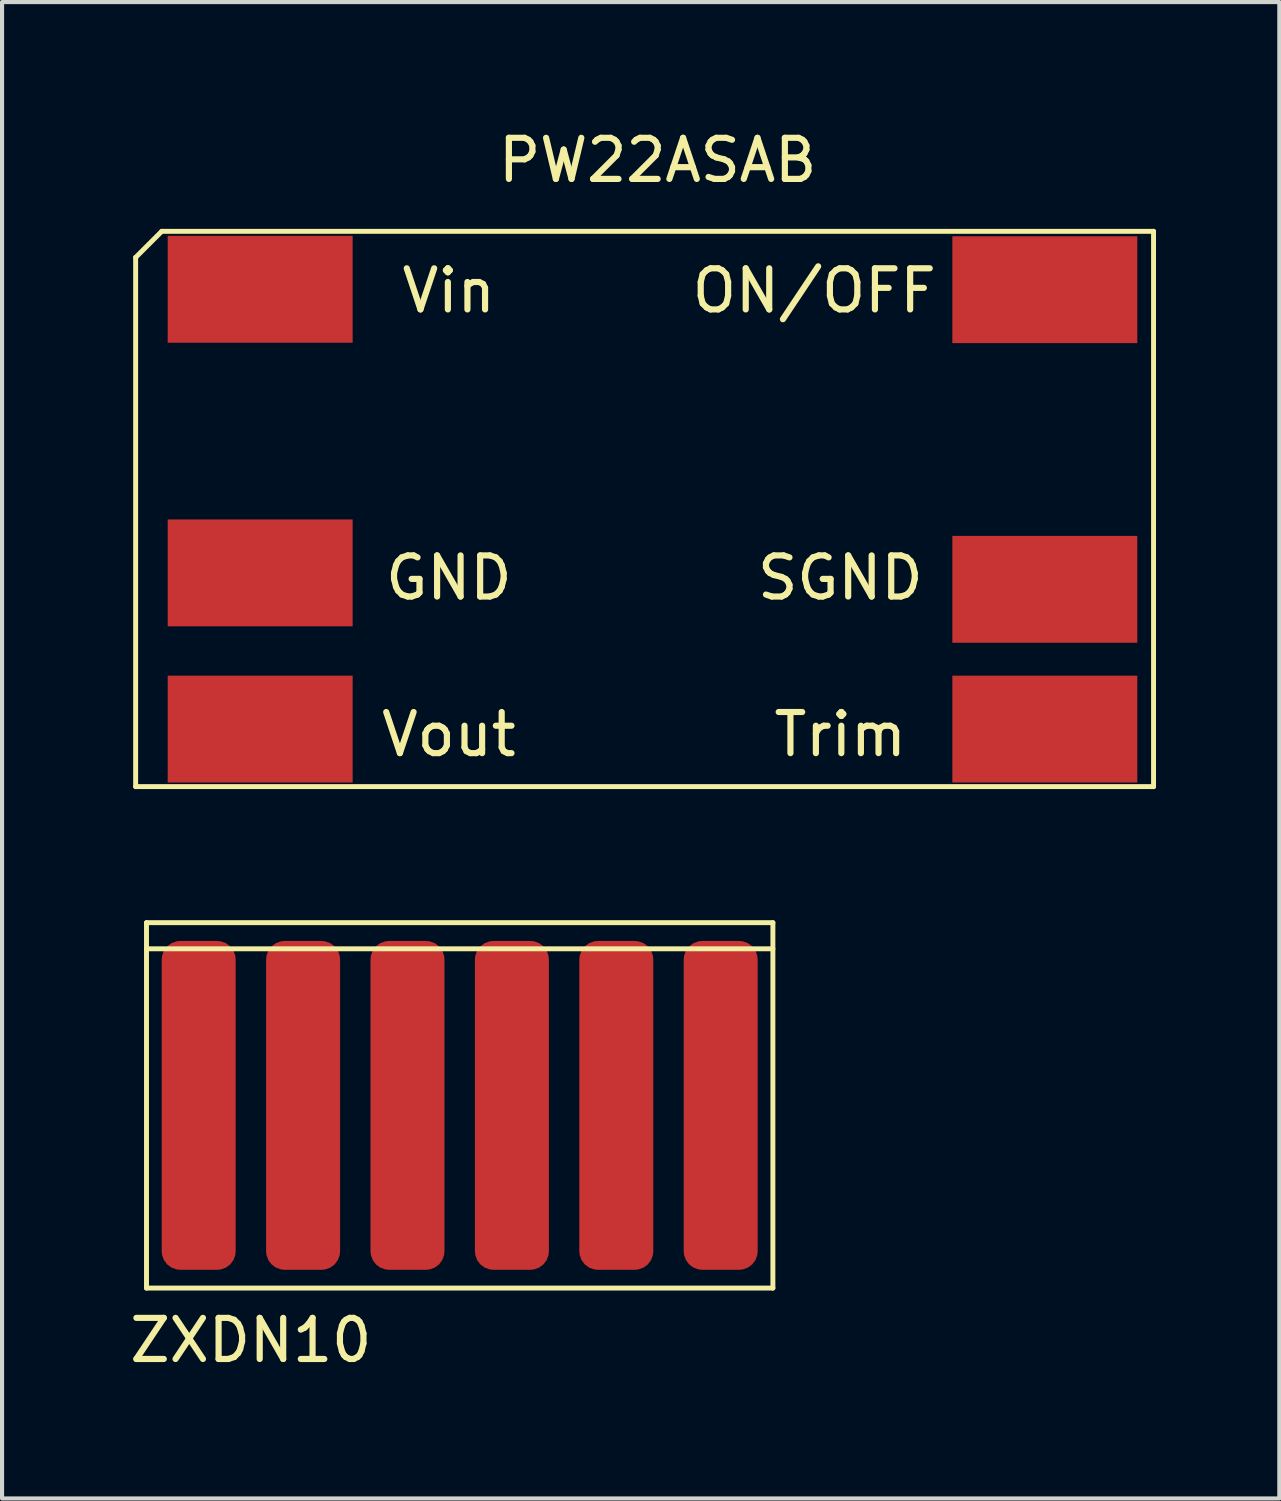
<source format=kicad_pcb>
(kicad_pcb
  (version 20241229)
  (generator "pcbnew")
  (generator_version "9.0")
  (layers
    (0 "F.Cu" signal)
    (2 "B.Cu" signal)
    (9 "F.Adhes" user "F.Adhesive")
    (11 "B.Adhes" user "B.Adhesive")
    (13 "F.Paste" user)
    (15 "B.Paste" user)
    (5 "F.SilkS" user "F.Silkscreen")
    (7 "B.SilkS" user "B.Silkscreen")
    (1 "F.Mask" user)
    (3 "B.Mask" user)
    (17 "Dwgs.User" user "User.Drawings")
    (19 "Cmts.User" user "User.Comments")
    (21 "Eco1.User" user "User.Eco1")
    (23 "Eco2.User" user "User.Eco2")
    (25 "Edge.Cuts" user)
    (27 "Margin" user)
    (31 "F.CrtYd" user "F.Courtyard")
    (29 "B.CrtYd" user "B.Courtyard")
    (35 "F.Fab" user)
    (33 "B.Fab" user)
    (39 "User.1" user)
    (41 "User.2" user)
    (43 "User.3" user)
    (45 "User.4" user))
  (footprint "PW22ASAB"
    (layer "F.Cu")
    (at 0.25 2.578)
    (property "Reference" "PW22ASAB" (at 12.7 -1.73 180) (layer "F.SilkS") (effects (font (size 1 1) (thickness 0.15))))
    (attr through_hole)
    (fp_line (start 0 0.635) (end 0 13.51) (stroke (width 0.12) (type solid)) (layer "F.SilkS"))
    (fp_line (start 0 0.635) (end 0.635 0) (stroke (width 0.12) (type solid)) (layer "F.SilkS"))
    (fp_line (start 0 13.51) (end 24.765 13.51) (stroke (width 0.12) (type solid)) (layer "F.SilkS"))
    (fp_line (start 24.765 0) (end 0.635 0) (stroke (width 0.12) (type solid)) (layer "F.SilkS"))
    (fp_line (start 24.765 13.51) (end 24.765 0) (stroke (width 0.12) (type solid)) (layer "F.SilkS"))
    (fp_text user "GND" (at 7.62 8.43 180) (layer "F.SilkS") (effects (font (size 1 1) (thickness 0.15))))
    (fp_text user "Vin" (at 7.62 1.445 180) (layer "F.SilkS") (effects (font (size 1 1) (thickness 0.15))))
    (fp_text user "Trim" (at 17.145 12.24 180) (layer "F.SilkS") (effects (font (size 1 1) (thickness 0.15))))
    (fp_text user "Vout" (at 7.62 12.24 180) (layer "F.SilkS") (effects (font (size 1 1) (thickness 0.15))))
    (fp_text user "ON/OFF" (at 16.51 1.445 180) (layer "F.SilkS") (effects (font (size 1 1) (thickness 0.15))))
    (fp_text user "SGND" (at 17.145 8.43 180) (layer "F.SilkS") (effects (font (size 1 1) (thickness 0.15))))
    (pad "1" smd rect (at 3.03 1.41 180) (size 4.5 2.6) (layers "F.Cu" "F.Mask" "F.Paste"))
    (pad "2" smd rect (at 3.03 8.31 180) (size 4.5 2.6) (layers "F.Cu" "F.Mask" "F.Paste"))
    (pad "3" smd rect (at 3.03 12.11 180) (size 4.5 2.6) (layers "F.Cu" "F.Mask" "F.Paste"))
    (pad "4" smd rect (at 22.12 12.11 180) (size 4.5 2.6) (layers "F.Cu" "F.Mask" "F.Paste"))
    (pad "5" smd rect (at 22.12 8.71 180) (size 4.5 2.6) (layers "F.Cu" "F.Mask" "F.Paste"))
    (pad "7" smd rect (at 22.12 1.42 180) (size 4.5 2.6) (layers "F.Cu" "F.Mask" "F.Paste")))
  (footprint "ZXDN10"
    (layer "F.Cu")
    (at 0.514 19.398)
    (property "Reference" "ZXDN10" (at 2.54 10.16 0) (layer "F.SilkS") (effects (font (size 1 1) (thickness 0.15))))
    (attr through_hole)
    (fp_line (start 0 0) (end 0 8.89) (stroke (width 0.12) (type solid)) (layer "F.SilkS"))
    (fp_line (start 0 0) (end 15.24 0) (stroke (width 0.12) (type solid)) (layer "F.SilkS"))
    (fp_line (start 0 0.635) (end 15.24 0.635) (stroke (width 0.12) (type solid)) (layer "F.SilkS"))
    (fp_line (start 0 8.89) (end 15.24 8.89) (stroke (width 0.12) (type solid)) (layer "F.SilkS"))
    (fp_line (start 15.24 8.89) (end 15.24 0) (stroke (width 0.12) (type solid)) (layer "F.SilkS"))
    (pad "1" smd roundrect (at 1.27 4.445) (size 1.8 8) (layers "F.Cu" "F.Mask" "F.Paste") (roundrect_rratio 0.25))
    (pad "2" smd roundrect (at 3.81 4.445) (size 1.8 8) (layers "F.Cu" "F.Mask" "F.Paste") (roundrect_rratio 0.25))
    (pad "3" smd roundrect (at 6.35 4.445) (size 1.8 8) (layers "F.Cu" "F.Mask" "F.Paste") (roundrect_rratio 0.25))
    (pad "4" smd roundrect (at 8.89 4.445) (size 1.8 8) (layers "F.Cu" "F.Mask" "F.Paste") (roundrect_rratio 0.25))
    (pad "5" smd roundrect (at 11.43 4.445) (size 1.8 8) (layers "F.Cu" "F.Mask" "F.Paste") (roundrect_rratio 0.25))
    (pad "6" smd roundrect (at 13.97 4.445) (size 1.8 8) (layers "F.Cu" "F.Mask" "F.Paste") (roundrect_rratio 0.25)))
  (gr_rect
    (start -3 -3)
    (end 28.075 33.407)
    (stroke (width 0.1) (type default))
    (fill no)
    (layer "Edge.Cuts")))
</source>
